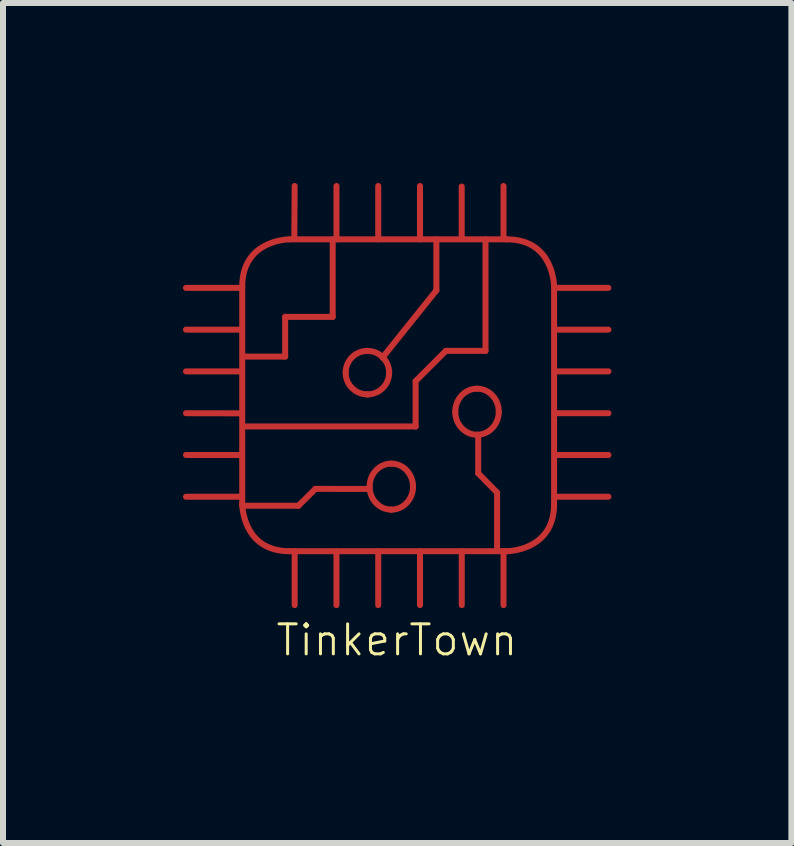
<source format=kicad_pcb>
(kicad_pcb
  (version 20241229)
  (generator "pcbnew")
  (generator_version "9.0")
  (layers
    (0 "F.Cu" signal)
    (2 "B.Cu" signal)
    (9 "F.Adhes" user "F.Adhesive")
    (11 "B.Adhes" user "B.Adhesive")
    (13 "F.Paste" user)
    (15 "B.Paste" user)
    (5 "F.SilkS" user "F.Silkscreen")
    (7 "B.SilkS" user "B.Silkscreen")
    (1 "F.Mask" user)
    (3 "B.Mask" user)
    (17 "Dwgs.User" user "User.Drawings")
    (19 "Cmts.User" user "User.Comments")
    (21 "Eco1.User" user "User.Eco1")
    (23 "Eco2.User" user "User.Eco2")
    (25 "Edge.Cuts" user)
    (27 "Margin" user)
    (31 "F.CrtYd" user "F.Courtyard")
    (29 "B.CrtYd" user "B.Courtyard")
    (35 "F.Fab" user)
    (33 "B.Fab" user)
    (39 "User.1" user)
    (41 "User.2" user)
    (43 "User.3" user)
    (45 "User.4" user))
  (footprint "TinkerTown"
    (layer "F.Cu")
    (at 3.565 3.619)
    (property "Reference" "TinkerTown" (at 0 4 0) (layer "F.SilkS") (effects (font (size 0.5 0.5) (thickness 0.05))))
    (attr through_hole)
    (fp_line (start -2.58 -1.871) (end -3.515 -1.871) (stroke (width 0.1) (type solid)) (layer "F.Cu"))
    (fp_line (start -2.58 -1.175) (end -3.515 -1.175) (stroke (width 0.1) (type solid)) (layer "F.Cu"))
    (fp_line (start -2.58 -0.479) (end -3.515 -0.479) (stroke (width 0.1) (type solid)) (layer "F.Cu"))
    (fp_line (start -2.58 0.22) (end -3.515 0.218) (stroke (width 0.1) (type solid)) (layer "F.Cu"))
    (fp_line (start -2.58 0.914) (end -3.515 0.914) (stroke (width 0.1) (type solid)) (layer "F.Cu"))
    (fp_line (start -2.58 1.61) (end -3.515 1.61) (stroke (width 0.1) (type solid)) (layer "F.Cu"))
    (fp_line (start -2.578 -1.892) (end -2.578 1.73) (stroke (width 0.1) (type solid)) (layer "F.Cu"))
    (fp_line (start -2.555 -0.726) (end -1.862 -0.726) (stroke (width 0.1) (type solid)) (layer "F.Cu"))
    (fp_line (start -1.862 -1.388) (end -1.07 -1.388) (stroke (width 0.1) (type solid)) (layer "F.Cu"))
    (fp_line (start -1.862 -0.726) (end -1.862 -1.388) (stroke (width 0.1) (type solid)) (layer "F.Cu"))
    (fp_line (start -1.79 2.518) (end 1.832 2.518) (stroke (width 0.1) (type solid)) (layer "F.Cu"))
    (fp_line (start -1.704 -3.569) (end -1.71 -2.69) (stroke (width 0.1) (type solid)) (layer "F.Cu"))
    (fp_line (start -1.704 2.518) (end -1.704 3.416) (stroke (width 0.1) (type solid)) (layer "F.Cu"))
    (fp_line (start -1.64 1.76) (end -2.58 1.76) (stroke (width 0.1) (type solid)) (layer "F.Cu"))
    (fp_line (start -1.358 1.479) (end -1.641 1.76) (stroke (width 0.1) (type solid)) (layer "F.Cu"))
    (fp_line (start -1.07 -1.388) (end -1.07 -2.68) (stroke (width 0.1) (type solid)) (layer "F.Cu"))
    (fp_line (start -1.007 -3.569) (end -1.007 -2.68) (stroke (width 0.1) (type solid)) (layer "F.Cu"))
    (fp_line (start -1.007 2.518) (end -1.007 3.416) (stroke (width 0.1) (type solid)) (layer "F.Cu"))
    (fp_line (start -0.491 -0.096) (end -0.491 -0.096) (stroke (width 0.1) (type solid)) (layer "F.Cu"))
    (fp_line (start -0.46 1.48) (end -1.358 1.479) (stroke (width 0.1) (type solid)) (layer "F.Cu"))
    (fp_line (start -0.311 -3.569) (end -0.311 -2.68) (stroke (width 0.1) (type solid)) (layer "F.Cu"))
    (fp_line (start -0.311 2.518) (end -0.311 3.416) (stroke (width 0.1) (type solid)) (layer "F.Cu"))
    (fp_line (start -0.093 1.825) (end -0.093 1.825) (stroke (width 0.1) (type solid)) (layer "F.Cu"))
    (fp_line (start 0.312 -0.317) (end 0.312 0.439) (stroke (width 0.1) (type solid)) (layer "F.Cu"))
    (fp_line (start 0.312 0.439) (end -2.555 0.439) (stroke (width 0.1) (type solid)) (layer "F.Cu"))
    (fp_line (start 0.385 -3.569) (end 0.385 -2.68) (stroke (width 0.1) (type solid)) (layer "F.Cu"))
    (fp_line (start 0.385 2.518) (end 0.385 3.416) (stroke (width 0.1) (type solid)) (layer "F.Cu"))
    (fp_line (start 0.658 -2.679) (end 0.658 -1.829) (stroke (width 0.1) (type solid)) (layer "F.Cu"))
    (fp_line (start 0.658 -1.829) (end -0.24 -0.71) (stroke (width 0.1) (type solid)) (layer "F.Cu"))
    (fp_line (start 0.816 -0.821) (end 0.312 -0.317) (stroke (width 0.1) (type solid)) (layer "F.Cu"))
    (fp_line (start 1.08 -3.56) (end 1.08 -2.69) (stroke (width 0.1) (type solid)) (layer "F.Cu"))
    (fp_line (start 1.081 2.518) (end 1.081 3.416) (stroke (width 0.1) (type solid)) (layer "F.Cu"))
    (fp_line (start 1.336 0.577) (end 1.336 0.577) (stroke (width 0.1) (type solid)) (layer "F.Cu"))
    (fp_line (start 1.355 0.59) (end 1.355 1.219) (stroke (width 0.1) (type solid)) (layer "F.Cu"))
    (fp_line (start 1.355 1.219) (end 1.67 1.54) (stroke (width 0.1) (type solid)) (layer "F.Cu"))
    (fp_line (start 1.477 -2.68) (end 1.477 -0.821) (stroke (width 0.1) (type solid)) (layer "F.Cu"))
    (fp_line (start 1.477 -0.821) (end 0.816 -0.821) (stroke (width 0.1) (type solid)) (layer "F.Cu"))
    (fp_line (start 1.67 1.54) (end 1.67 2.49) (stroke (width 0.1) (type solid)) (layer "F.Cu"))
    (fp_line (start 1.777 -3.569) (end 1.777 -2.69) (stroke (width 0.1) (type solid)) (layer "F.Cu"))
    (fp_line (start 1.777 2.518) (end 1.777 3.416) (stroke (width 0.1) (type solid)) (layer "F.Cu"))
    (fp_line (start 1.832 -2.68) (end -1.79 -2.68) (stroke (width 0.1) (type solid)) (layer "F.Cu"))
    (fp_line (start 2.62 1.73) (end 2.62 -1.892) (stroke (width 0.1) (type solid)) (layer "F.Cu"))
    (fp_line (start 3.525 -1.871) (end 2.627 -1.871) (stroke (width 0.1) (type solid)) (layer "F.Cu"))
    (fp_line (start 3.525 -1.175) (end 2.627 -1.175) (stroke (width 0.1) (type solid)) (layer "F.Cu"))
    (fp_line (start 3.525 -0.479) (end 2.627 -0.479) (stroke (width 0.1) (type solid)) (layer "F.Cu"))
    (fp_line (start 3.525 0.218) (end 2.627 0.218) (stroke (width 0.1) (type solid)) (layer "F.Cu"))
    (fp_line (start 3.525 0.914) (end 2.627 0.914) (stroke (width 0.1) (type solid)) (layer "F.Cu"))
    (fp_line (start 3.525 1.61) (end 2.627 1.61) (stroke (width 0.1) (type solid)) (layer "F.Cu"))
    (fp_curve (pts (xy -2.578 1.73) (xy -2.578 1.73) (xy -2.578 2.518) (xy -1.79 2.518)) (stroke (width 0.1) (type solid)) (layer "F.Cu"))
    (fp_curve (pts (xy -1.79 -2.68) (xy -1.79 -2.68) (xy -2.578 -2.68) (xy -2.578 -1.892)) (stroke (width 0.1) (type solid)) (layer "F.Cu"))
    (fp_curve (pts (xy -0.854 -0.458) (xy -0.854 -0.258) (xy -0.692 -0.096) (xy -0.491 -0.096)) (stroke (width 0.1) (type solid)) (layer "F.Cu"))
    (fp_curve (pts (xy -0.491 -0.821) (xy -0.692 -0.821) (xy -0.854 -0.658) (xy -0.854 -0.458)) (stroke (width 0.1) (type solid)) (layer "F.Cu"))
    (fp_curve (pts (xy -0.491 -0.096) (xy -0.292 -0.096) (xy -0.129 -0.258) (xy -0.129 -0.458)) (stroke (width 0.1) (type solid)) (layer "F.Cu"))
    (fp_curve (pts (xy -0.455 1.442) (xy -0.455 1.654) (xy -0.293 1.825) (xy -0.093 1.825)) (stroke (width 0.1) (type solid)) (layer "F.Cu"))
    (fp_curve (pts (xy -0.22 -0.698) (xy -0.287 -0.773) (xy -0.384 -0.821) (xy -0.491 -0.821)) (stroke (width 0.1) (type solid)) (layer "F.Cu"))
    (fp_curve (pts (xy -0.129 -0.458) (xy -0.129 -0.55) (xy -0.164 -0.634) (xy -0.22 -0.698)) (stroke (width 0.1) (type solid)) (layer "F.Cu"))
    (fp_curve (pts (xy -0.093 1.058) (xy -0.293 1.058) (xy -0.455 1.23) (xy -0.455 1.442)) (stroke (width 0.1) (type solid)) (layer "F.Cu"))
    (fp_curve (pts (xy -0.093 1.825) (xy 0.107 1.825) (xy 0.269 1.654) (xy 0.269 1.442)) (stroke (width 0.1) (type solid)) (layer "F.Cu"))
    (fp_curve (pts (xy 0.269 1.442) (xy 0.269 1.23) (xy 0.107 1.058) (xy -0.093 1.058)) (stroke (width 0.1) (type solid)) (layer "F.Cu"))
    (fp_curve (pts (xy 0.973 0.193) (xy 0.973 0.405) (xy 1.135 0.577) (xy 1.336 0.577)) (stroke (width 0.1) (type solid)) (layer "F.Cu"))
    (fp_curve (pts (xy 1.336 -0.191) (xy 1.135 -0.191) (xy 0.973 -0.019) (xy 0.973 0.193)) (stroke (width 0.1) (type solid)) (layer "F.Cu"))
    (fp_curve (pts (xy 1.336 0.577) (xy 1.536 0.577) (xy 1.698 0.405) (xy 1.698 0.193)) (stroke (width 0.1) (type solid)) (layer "F.Cu"))
    (fp_curve (pts (xy 1.698 0.193) (xy 1.698 -0.019) (xy 1.536 -0.191) (xy 1.336 -0.191)) (stroke (width 0.1) (type solid)) (layer "F.Cu"))
    (fp_curve (pts (xy 1.832 2.518) (xy 1.832 2.518) (xy 2.62 2.518) (xy 2.62 1.73)) (stroke (width 0.1) (type solid)) (layer "F.Cu"))
    (fp_curve (pts (xy 2.62 -1.892) (xy 2.62 -1.892) (xy 2.62 -2.68) (xy 1.832 -2.68)) (stroke (width 0.1) (type solid)) (layer "F.Cu"))
    (fp_line (start -2.58 -1.871) (end -3.515 -1.871) (stroke (width 0.1) (type solid)) (layer "F.Mask"))
    (fp_line (start -2.58 -1.175) (end -3.515 -1.175) (stroke (width 0.1) (type solid)) (layer "F.Mask"))
    (fp_line (start -2.58 -0.479) (end -3.515 -0.479) (stroke (width 0.1) (type solid)) (layer "F.Mask"))
    (fp_line (start -2.58 0.22) (end -3.515 0.218) (stroke (width 0.1) (type solid)) (layer "F.Mask"))
    (fp_line (start -2.58 0.914) (end -3.515 0.914) (stroke (width 0.1) (type solid)) (layer "F.Mask"))
    (fp_line (start -2.58 1.61) (end -3.515 1.61) (stroke (width 0.1) (type solid)) (layer "F.Mask"))
    (fp_line (start -2.578 -1.892) (end -2.578 1.73) (stroke (width 0.1) (type solid)) (layer "F.Mask"))
    (fp_line (start -2.555 -0.726) (end -1.862 -0.726) (stroke (width 0.1) (type solid)) (layer "F.Mask"))
    (fp_line (start -1.862 -1.388) (end -1.07 -1.388) (stroke (width 0.1) (type solid)) (layer "F.Mask"))
    (fp_line (start -1.862 -0.726) (end -1.862 -1.388) (stroke (width 0.1) (type solid)) (layer "F.Mask"))
    (fp_line (start -1.79 2.518) (end 1.832 2.518) (stroke (width 0.1) (type solid)) (layer "F.Mask"))
    (fp_line (start -1.704 -3.569) (end -1.71 -2.69) (stroke (width 0.1) (type solid)) (layer "F.Mask"))
    (fp_line (start -1.704 2.518) (end -1.704 3.416) (stroke (width 0.1) (type solid)) (layer "F.Mask"))
    (fp_line (start -1.64 1.76) (end -2.58 1.76) (stroke (width 0.1) (type solid)) (layer "F.Mask"))
    (fp_line (start -1.358 1.479) (end -1.641 1.76) (stroke (width 0.1) (type solid)) (layer "F.Mask"))
    (fp_line (start -1.07 -1.388) (end -1.07 -2.68) (stroke (width 0.1) (type solid)) (layer "F.Mask"))
    (fp_line (start -1.007 -3.569) (end -1.007 -2.68) (stroke (width 0.1) (type solid)) (layer "F.Mask"))
    (fp_line (start -1.007 2.518) (end -1.007 3.416) (stroke (width 0.1) (type solid)) (layer "F.Mask"))
    (fp_line (start -0.491 -0.096) (end -0.491 -0.096) (stroke (width 0.1) (type solid)) (layer "F.Mask"))
    (fp_line (start -0.46 1.48) (end -1.358 1.479) (stroke (width 0.1) (type solid)) (layer "F.Mask"))
    (fp_line (start -0.311 -3.569) (end -0.311 -2.68) (stroke (width 0.1) (type solid)) (layer "F.Mask"))
    (fp_line (start -0.311 2.518) (end -0.311 3.416) (stroke (width 0.1) (type solid)) (layer "F.Mask"))
    (fp_line (start -0.093 1.825) (end -0.093 1.825) (stroke (width 0.1) (type solid)) (layer "F.Mask"))
    (fp_line (start 0.312 -0.317) (end 0.312 0.439) (stroke (width 0.1) (type solid)) (layer "F.Mask"))
    (fp_line (start 0.312 0.439) (end -2.555 0.439) (stroke (width 0.1) (type solid)) (layer "F.Mask"))
    (fp_line (start 0.385 -3.569) (end 0.385 -2.68) (stroke (width 0.1) (type solid)) (layer "F.Mask"))
    (fp_line (start 0.385 2.518) (end 0.385 3.416) (stroke (width 0.1) (type solid)) (layer "F.Mask"))
    (fp_line (start 0.658 -2.679) (end 0.658 -1.829) (stroke (width 0.1) (type solid)) (layer "F.Mask"))
    (fp_line (start 0.658 -1.829) (end -0.24 -0.71) (stroke (width 0.1) (type solid)) (layer "F.Mask"))
    (fp_line (start 0.816 -0.821) (end 0.312 -0.317) (stroke (width 0.1) (type solid)) (layer "F.Mask"))
    (fp_line (start 1.08 -3.56) (end 1.08 -2.69) (stroke (width 0.1) (type solid)) (layer "F.Mask"))
    (fp_line (start 1.081 2.518) (end 1.081 3.416) (stroke (width 0.1) (type solid)) (layer "F.Mask"))
    (fp_line (start 1.336 0.577) (end 1.336 0.577) (stroke (width 0.1) (type solid)) (layer "F.Mask"))
    (fp_line (start 1.355 0.59) (end 1.355 1.219) (stroke (width 0.1) (type solid)) (layer "F.Mask"))
    (fp_line (start 1.355 1.219) (end 1.67 1.54) (stroke (width 0.1) (type solid)) (layer "F.Mask"))
    (fp_line (start 1.477 -2.68) (end 1.477 -0.821) (stroke (width 0.1) (type solid)) (layer "F.Mask"))
    (fp_line (start 1.477 -0.821) (end 0.816 -0.821) (stroke (width 0.1) (type solid)) (layer "F.Mask"))
    (fp_line (start 1.67 1.54) (end 1.67 2.49) (stroke (width 0.1) (type solid)) (layer "F.Mask"))
    (fp_line (start 1.777 -3.569) (end 1.777 -2.69) (stroke (width 0.1) (type solid)) (layer "F.Mask"))
    (fp_line (start 1.777 2.518) (end 1.777 3.416) (stroke (width 0.1) (type solid)) (layer "F.Mask"))
    (fp_line (start 1.832 -2.68) (end -1.79 -2.68) (stroke (width 0.1) (type solid)) (layer "F.Mask"))
    (fp_line (start 2.62 1.73) (end 2.62 -1.892) (stroke (width 0.1) (type solid)) (layer "F.Mask"))
    (fp_line (start 3.525 -1.871) (end 2.627 -1.871) (stroke (width 0.1) (type solid)) (layer "F.Mask"))
    (fp_line (start 3.525 -1.175) (end 2.627 -1.175) (stroke (width 0.1) (type solid)) (layer "F.Mask"))
    (fp_line (start 3.525 -0.479) (end 2.627 -0.479) (stroke (width 0.1) (type solid)) (layer "F.Mask"))
    (fp_line (start 3.525 0.218) (end 2.627 0.218) (stroke (width 0.1) (type solid)) (layer "F.Mask"))
    (fp_line (start 3.525 0.914) (end 2.627 0.914) (stroke (width 0.1) (type solid)) (layer "F.Mask"))
    (fp_line (start 3.525 1.61) (end 2.627 1.61) (stroke (width 0.1) (type solid)) (layer "F.Mask"))
    (fp_curve (pts (xy -2.578 1.73) (xy -2.578 1.73) (xy -2.578 2.518) (xy -1.79 2.518)) (stroke (width 0.1) (type solid)) (layer "F.Mask"))
    (fp_curve (pts (xy -1.79 -2.68) (xy -1.79 -2.68) (xy -2.578 -2.68) (xy -2.578 -1.892)) (stroke (width 0.1) (type solid)) (layer "F.Mask"))
    (fp_curve (pts (xy -0.854 -0.458) (xy -0.854 -0.258) (xy -0.692 -0.096) (xy -0.491 -0.096)) (stroke (width 0.1) (type solid)) (layer "F.Mask"))
    (fp_curve (pts (xy -0.491 -0.821) (xy -0.692 -0.821) (xy -0.854 -0.658) (xy -0.854 -0.458)) (stroke (width 0.1) (type solid)) (layer "F.Mask"))
    (fp_curve (pts (xy -0.491 -0.096) (xy -0.292 -0.096) (xy -0.129 -0.258) (xy -0.129 -0.458)) (stroke (width 0.1) (type solid)) (layer "F.Mask"))
    (fp_curve (pts (xy -0.455 1.442) (xy -0.455 1.654) (xy -0.293 1.825) (xy -0.093 1.825)) (stroke (width 0.1) (type solid)) (layer "F.Mask"))
    (fp_curve (pts (xy -0.22 -0.698) (xy -0.287 -0.773) (xy -0.384 -0.821) (xy -0.491 -0.821)) (stroke (width 0.1) (type solid)) (layer "F.Mask"))
    (fp_curve (pts (xy -0.129 -0.458) (xy -0.129 -0.55) (xy -0.164 -0.634) (xy -0.22 -0.698)) (stroke (width 0.1) (type solid)) (layer "F.Mask"))
    (fp_curve (pts (xy -0.093 1.058) (xy -0.293 1.058) (xy -0.455 1.23) (xy -0.455 1.442)) (stroke (width 0.1) (type solid)) (layer "F.Mask"))
    (fp_curve (pts (xy -0.093 1.825) (xy 0.107 1.825) (xy 0.269 1.654) (xy 0.269 1.442)) (stroke (width 0.1) (type solid)) (layer "F.Mask"))
    (fp_curve (pts (xy 0.269 1.442) (xy 0.269 1.23) (xy 0.107 1.058) (xy -0.093 1.058)) (stroke (width 0.1) (type solid)) (layer "F.Mask"))
    (fp_curve (pts (xy 0.973 0.193) (xy 0.973 0.405) (xy 1.135 0.577) (xy 1.336 0.577)) (stroke (width 0.1) (type solid)) (layer "F.Mask"))
    (fp_curve (pts (xy 1.336 -0.191) (xy 1.135 -0.191) (xy 0.973 -0.019) (xy 0.973 0.193)) (stroke (width 0.1) (type solid)) (layer "F.Mask"))
    (fp_curve (pts (xy 1.336 0.577) (xy 1.536 0.577) (xy 1.698 0.405) (xy 1.698 0.193)) (stroke (width 0.1) (type solid)) (layer "F.Mask"))
    (fp_curve (pts (xy 1.698 0.193) (xy 1.698 -0.019) (xy 1.536 -0.191) (xy 1.336 -0.191)) (stroke (width 0.1) (type solid)) (layer "F.Mask"))
    (fp_curve (pts (xy 1.832 2.518) (xy 1.832 2.518) (xy 2.62 2.518) (xy 2.62 1.73)) (stroke (width 0.1) (type solid)) (layer "F.Mask"))
    (fp_curve (pts (xy 2.62 -1.892) (xy 2.62 -1.892) (xy 2.62 -2.68) (xy 1.832 -2.68)) (stroke (width 0.1) (type solid)) (layer "F.Mask")))
  (gr_rect
    (start -3 -3)
    (end 10.14 11)
    (stroke (width 0.1) (type default))
    (fill no)
    (layer "Edge.Cuts")))
</source>
